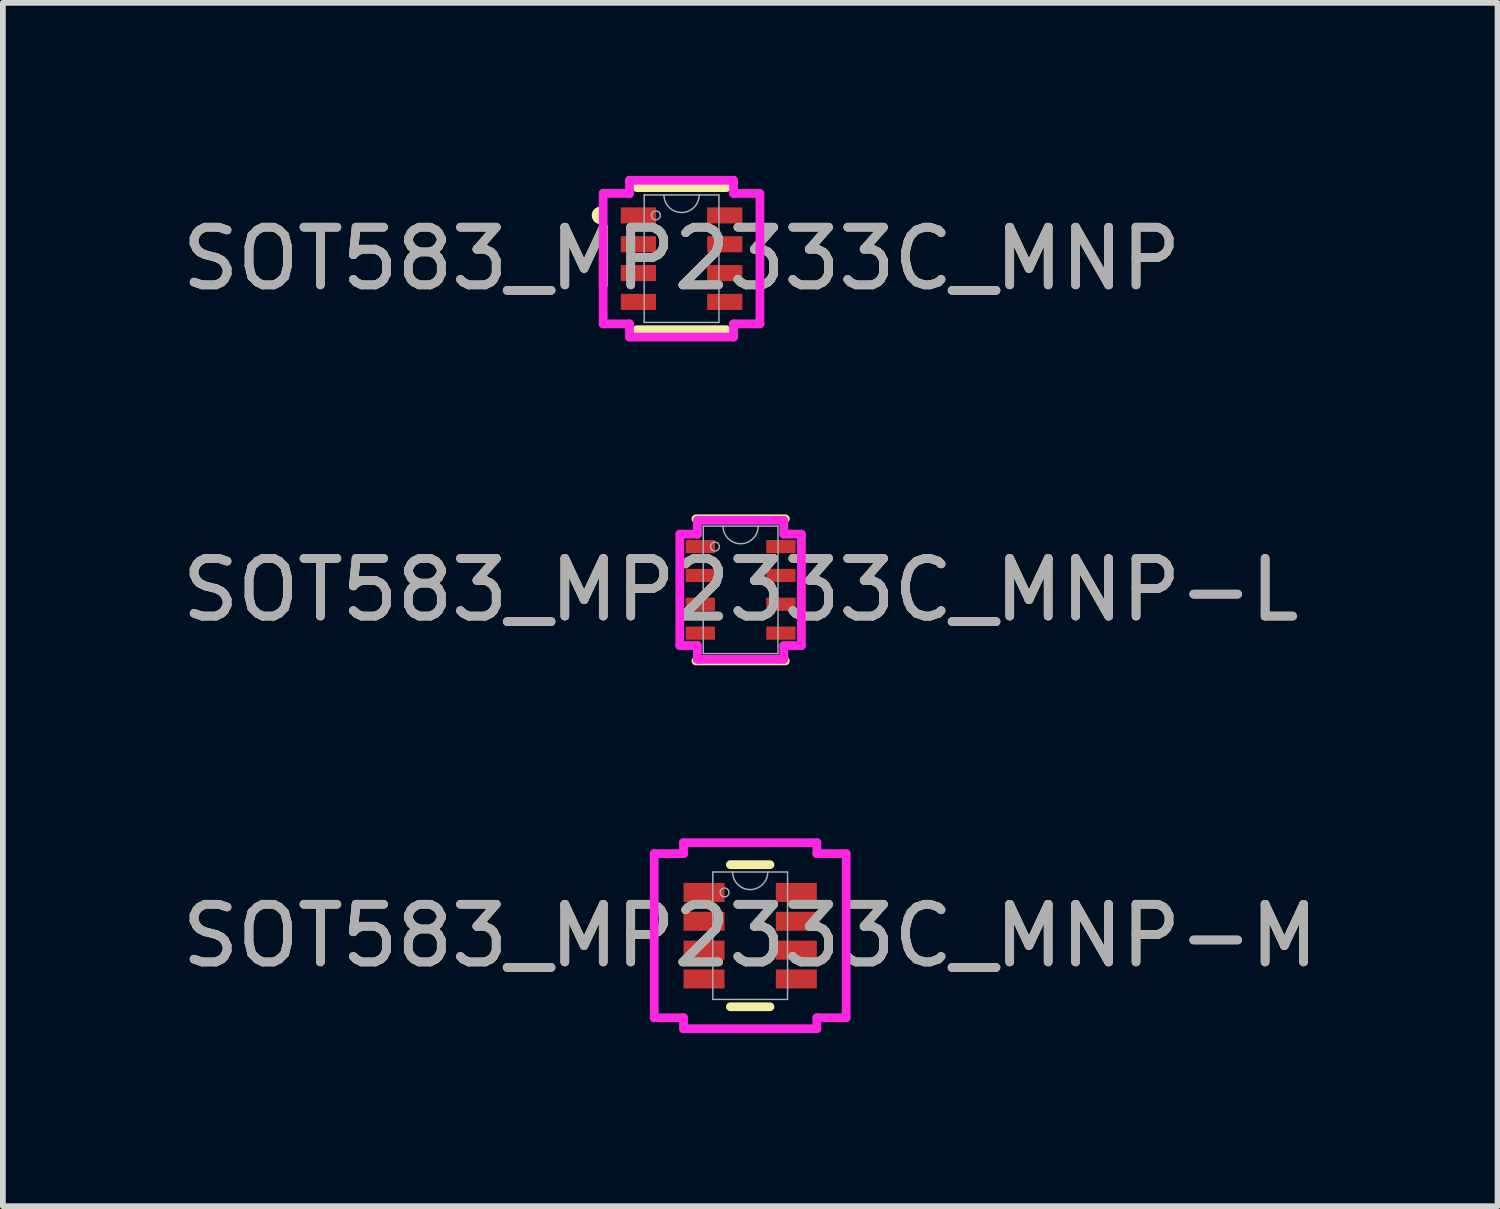
<source format=kicad_pcb>
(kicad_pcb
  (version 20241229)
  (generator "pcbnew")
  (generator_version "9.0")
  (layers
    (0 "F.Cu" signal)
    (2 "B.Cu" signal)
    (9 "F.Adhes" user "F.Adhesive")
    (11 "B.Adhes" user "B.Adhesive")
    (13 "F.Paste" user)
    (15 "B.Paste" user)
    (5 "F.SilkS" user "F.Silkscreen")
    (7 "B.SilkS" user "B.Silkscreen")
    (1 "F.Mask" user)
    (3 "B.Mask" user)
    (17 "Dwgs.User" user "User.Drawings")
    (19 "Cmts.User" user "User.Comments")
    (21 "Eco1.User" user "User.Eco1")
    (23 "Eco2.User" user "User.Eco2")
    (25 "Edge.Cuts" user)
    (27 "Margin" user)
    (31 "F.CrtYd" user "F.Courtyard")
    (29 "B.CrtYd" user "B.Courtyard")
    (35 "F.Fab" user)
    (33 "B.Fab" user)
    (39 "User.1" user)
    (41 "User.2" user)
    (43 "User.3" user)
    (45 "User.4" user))
  (footprint "SOT583_MP2333C_MNP-L"
    (layer "F.Cu")
    (at 9.792 7.178)
    (property "Reference" "SOT583_MP2333C_MNP-L" (at 0 0 0) (unlocked yes) (layer "F.SilkS") (effects (font (size 1 1) (thickness 0.15))))
    (attr smd)
    (fp_line (start -0.775 1.232) (end 0.775 1.232) (stroke (width 0.152) (type solid)) (layer "F.SilkS"))
    (fp_line (start 0.775 -1.232) (end -0.775 -1.232) (stroke (width 0.152) (type solid)) (layer "F.SilkS"))
    (fp_line (start -1.054 -0.966) (end -0.749 -0.966) (stroke (width 0.152) (type solid)) (layer "F.CrtYd"))
    (fp_line (start -1.054 0.966) (end -1.054 -0.966) (stroke (width 0.152) (type solid)) (layer "F.CrtYd"))
    (fp_line (start -0.749 -1.206) (end 0.749 -1.206) (stroke (width 0.152) (type solid)) (layer "F.CrtYd"))
    (fp_line (start -0.749 -0.966) (end -0.749 -1.206) (stroke (width 0.152) (type solid)) (layer "F.CrtYd"))
    (fp_line (start -0.749 0.966) (end -1.054 0.966) (stroke (width 0.152) (type solid)) (layer "F.CrtYd"))
    (fp_line (start -0.749 1.206) (end -0.749 0.966) (stroke (width 0.152) (type solid)) (layer "F.CrtYd"))
    (fp_line (start 0.749 -1.206) (end 0.749 -0.966) (stroke (width 0.152) (type solid)) (layer "F.CrtYd"))
    (fp_line (start 0.749 -0.966) (end 1.054 -0.966) (stroke (width 0.152) (type solid)) (layer "F.CrtYd"))
    (fp_line (start 0.749 0.966) (end 0.749 1.206) (stroke (width 0.152) (type solid)) (layer "F.CrtYd"))
    (fp_line (start 0.749 1.206) (end -0.749 1.206) (stroke (width 0.152) (type solid)) (layer "F.CrtYd"))
    (fp_line (start 1.054 -0.966) (end 1.054 0.966) (stroke (width 0.152) (type solid)) (layer "F.CrtYd"))
    (fp_line (start 1.054 0.966) (end 0.749 0.966) (stroke (width 0.152) (type solid)) (layer "F.CrtYd"))
    (fp_line (start -0.648 -1.105) (end -0.648 1.105) (stroke (width 0.025) (type solid)) (layer "F.Fab"))
    (fp_line (start -0.648 1.105) (end 0.648 1.105) (stroke (width 0.025) (type solid)) (layer "F.Fab"))
    (fp_line (start 0.648 -1.105) (end -0.648 -1.105) (stroke (width 0.025) (type solid)) (layer "F.Fab"))
    (fp_line (start 0.648 1.105) (end 0.648 -1.105) (stroke (width 0.025) (type solid)) (layer "F.Fab"))
    (fp_arc (start 0.3048 -1.1049) (mid 0 -0.8001) (end -0.3048 -1.1049) (stroke (width 0.0254) (type solid)) (layer "F.Fab"))
    (fp_circle (center -0.445 -0.75) (end -0.368 -0.75) (stroke (width 0.025) (type solid)) (fill no) (layer "F.Fab"))
    (fp_text user "${REFERENCE}" (at 0 0 0) (unlocked yes) (layer "F.Fab") (effects (font (size 1 1) (thickness 0.15))))
    (pad "1" smd rect (at -0.699 -0.75) (size 0.508 0.229) (layers "F.Cu" "F.Mask" "F.Paste"))
    (pad "2" smd rect (at -0.699 -0.25) (size 0.508 0.229) (layers "F.Cu" "F.Mask" "F.Paste"))
    (pad "3" smd rect (at -0.699 0.25) (size 0.508 0.229) (layers "F.Cu" "F.Mask" "F.Paste"))
    (pad "4" smd rect (at -0.699 0.75) (size 0.508 0.229) (layers "F.Cu" "F.Mask" "F.Paste"))
    (pad "5" smd rect (at 0.699 0.75) (size 0.508 0.229) (layers "F.Cu" "F.Mask" "F.Paste"))
    (pad "6" smd rect (at 0.699 0.25) (size 0.508 0.229) (layers "F.Cu" "F.Mask" "F.Paste"))
    (pad "7" smd rect (at 0.699 -0.25) (size 0.508 0.229) (layers "F.Cu" "F.Mask" "F.Paste"))
    (pad "8" smd rect (at 0.699 -0.75) (size 0.508 0.229) (layers "F.Cu" "F.Mask" "F.Paste")))
  (footprint "SOT583_MP2333C_MNP-M"
    (layer "F.Cu")
    (at 9.958 13.175)
    (property "Reference" "SOT583_MP2333C_MNP-M" (at 0 0 0) (unlocked yes) (layer "F.SilkS") (effects (font (size 1 1) (thickness 0.15))))
    (attr smd)
    (fp_line (start -0.343 1.232) (end 0.343 1.232) (stroke (width 0.152) (type solid)) (layer "F.SilkS"))
    (fp_line (start 0.343 -1.232) (end -0.343 -1.232) (stroke (width 0.152) (type solid)) (layer "F.SilkS"))
    (fp_line (start -1.664 -1.423) (end -1.156 -1.423) (stroke (width 0.152) (type solid)) (layer "F.CrtYd"))
    (fp_line (start -1.664 1.423) (end -1.664 -1.423) (stroke (width 0.152) (type solid)) (layer "F.CrtYd"))
    (fp_line (start -1.156 -1.613) (end 1.156 -1.613) (stroke (width 0.152) (type solid)) (layer "F.CrtYd"))
    (fp_line (start -1.156 -1.423) (end -1.156 -1.613) (stroke (width 0.152) (type solid)) (layer "F.CrtYd"))
    (fp_line (start -1.156 1.423) (end -1.664 1.423) (stroke (width 0.152) (type solid)) (layer "F.CrtYd"))
    (fp_line (start -1.156 1.613) (end -1.156 1.423) (stroke (width 0.152) (type solid)) (layer "F.CrtYd"))
    (fp_line (start 1.156 -1.613) (end 1.156 -1.423) (stroke (width 0.152) (type solid)) (layer "F.CrtYd"))
    (fp_line (start 1.156 -1.423) (end 1.664 -1.423) (stroke (width 0.152) (type solid)) (layer "F.CrtYd"))
    (fp_line (start 1.156 1.423) (end 1.156 1.613) (stroke (width 0.152) (type solid)) (layer "F.CrtYd"))
    (fp_line (start 1.156 1.613) (end -1.156 1.613) (stroke (width 0.152) (type solid)) (layer "F.CrtYd"))
    (fp_line (start 1.664 -1.423) (end 1.664 1.423) (stroke (width 0.152) (type solid)) (layer "F.CrtYd"))
    (fp_line (start 1.664 1.423) (end 1.156 1.423) (stroke (width 0.152) (type solid)) (layer "F.CrtYd"))
    (fp_line (start -0.648 -1.105) (end -0.648 1.105) (stroke (width 0.025) (type solid)) (layer "F.Fab"))
    (fp_line (start -0.648 1.105) (end 0.648 1.105) (stroke (width 0.025) (type solid)) (layer "F.Fab"))
    (fp_line (start 0.648 -1.105) (end -0.648 -1.105) (stroke (width 0.025) (type solid)) (layer "F.Fab"))
    (fp_line (start 0.648 1.105) (end 0.648 -1.105) (stroke (width 0.025) (type solid)) (layer "F.Fab"))
    (fp_arc (start 0.3048 -1.1049) (mid 0 -0.8001) (end -0.3048 -1.1049) (stroke (width 0.0254) (type solid)) (layer "F.Fab"))
    (fp_circle (center -0.445 -0.75) (end -0.368 -0.75) (stroke (width 0.025) (type solid)) (fill no) (layer "F.Fab"))
    (fp_text user "${REFERENCE}" (at 0 0 0) (unlocked yes) (layer "F.Fab") (effects (font (size 1 1) (thickness 0.15))))
    (pad "1" smd rect (at -0.8 -0.75) (size 0.711 0.33) (layers "F.Cu" "F.Mask" "F.Paste"))
    (pad "2" smd rect (at -0.8 -0.25) (size 0.711 0.33) (layers "F.Cu" "F.Mask" "F.Paste"))
    (pad "3" smd rect (at -0.8 0.25) (size 0.711 0.33) (layers "F.Cu" "F.Mask" "F.Paste"))
    (pad "4" smd rect (at -0.8 0.75) (size 0.711 0.33) (layers "F.Cu" "F.Mask" "F.Paste"))
    (pad "5" smd rect (at 0.8 0.75) (size 0.711 0.33) (layers "F.Cu" "F.Mask" "F.Paste"))
    (pad "6" smd rect (at 0.8 0.25) (size 0.711 0.33) (layers "F.Cu" "F.Mask" "F.Paste"))
    (pad "7" smd rect (at 0.8 -0.25) (size 0.711 0.33) (layers "F.Cu" "F.Mask" "F.Paste"))
    (pad "8" smd rect (at 0.8 -0.75) (size 0.711 0.33) (layers "F.Cu" "F.Mask" "F.Paste")))
  (footprint "SOT583_MP2333C_MNP"
    (layer "F.Cu")
    (at 8.768 1.435)
    (property "Reference" "SOT583_MP2333C_MNP" (at 0 0 0) (unlocked yes) (layer "F.SilkS") (effects (font (size 1 1) (thickness 0.15))))
    (attr smd)
    (fp_line (start -0.775 1.232) (end 0.775 1.232) (stroke (width 0.152) (type solid)) (layer "F.SilkS"))
    (fp_line (start 0.775 -1.232) (end -0.775 -1.232) (stroke (width 0.152) (type solid)) (layer "F.SilkS"))
    (fp_arc (start -1.38684 -0.676171) (mid -1.4819 -0.75) (end -1.38684 -0.823829) (stroke (width 0.1524) (type solid)) (layer "F.SilkS"))
    (fp_line (start -1.359 -1.131) (end -0.902 -1.131) (stroke (width 0.152) (type solid)) (layer "F.CrtYd"))
    (fp_line (start -1.359 1.131) (end -1.359 -1.131) (stroke (width 0.152) (type solid)) (layer "F.CrtYd"))
    (fp_line (start -0.902 -1.359) (end 0.902 -1.359) (stroke (width 0.152) (type solid)) (layer "F.CrtYd"))
    (fp_line (start -0.902 -1.131) (end -0.902 -1.359) (stroke (width 0.152) (type solid)) (layer "F.CrtYd"))
    (fp_line (start -0.902 1.131) (end -1.359 1.131) (stroke (width 0.152) (type solid)) (layer "F.CrtYd"))
    (fp_line (start -0.902 1.359) (end -0.902 1.131) (stroke (width 0.152) (type solid)) (layer "F.CrtYd"))
    (fp_line (start 0.902 -1.359) (end 0.902 -1.131) (stroke (width 0.152) (type solid)) (layer "F.CrtYd"))
    (fp_line (start 0.902 -1.131) (end 1.359 -1.131) (stroke (width 0.152) (type solid)) (layer "F.CrtYd"))
    (fp_line (start 0.902 1.131) (end 0.902 1.359) (stroke (width 0.152) (type solid)) (layer "F.CrtYd"))
    (fp_line (start 0.902 1.359) (end -0.902 1.359) (stroke (width 0.152) (type solid)) (layer "F.CrtYd"))
    (fp_line (start 1.359 -1.131) (end 1.359 1.131) (stroke (width 0.152) (type solid)) (layer "F.CrtYd"))
    (fp_line (start 1.359 1.131) (end 0.902 1.131) (stroke (width 0.152) (type solid)) (layer "F.CrtYd"))
    (fp_line (start -0.648 -1.105) (end -0.648 1.105) (stroke (width 0.025) (type solid)) (layer "F.Fab"))
    (fp_line (start -0.648 1.105) (end 0.648 1.105) (stroke (width 0.025) (type solid)) (layer "F.Fab"))
    (fp_line (start 0.648 -1.105) (end -0.648 -1.105) (stroke (width 0.025) (type solid)) (layer "F.Fab"))
    (fp_line (start 0.648 1.105) (end 0.648 -1.105) (stroke (width 0.025) (type solid)) (layer "F.Fab"))
    (fp_arc (start 0.3048 -1.1049) (mid 0 -0.8001) (end -0.3048 -1.1049) (stroke (width 0.0254) (type solid)) (layer "F.Fab"))
    (fp_circle (center -0.445 -0.75) (end -0.368 -0.75) (stroke (width 0.025) (type solid)) (fill no) (layer "F.Fab"))
    (fp_text user "${REFERENCE}" (at 0 0 0) (unlocked yes) (layer "F.Fab") (effects (font (size 1 1) (thickness 0.15))))
    (pad "1" smd rect (at -0.749 -0.75) (size 0.61 0.279) (layers "F.Cu" "F.Mask" "F.Paste"))
    (pad "2" smd rect (at -0.749 -0.25) (size 0.61 0.279) (layers "F.Cu" "F.Mask" "F.Paste"))
    (pad "3" smd rect (at -0.749 0.25) (size 0.61 0.279) (layers "F.Cu" "F.Mask" "F.Paste"))
    (pad "4" smd rect (at -0.749 0.75) (size 0.61 0.279) (layers "F.Cu" "F.Mask" "F.Paste"))
    (pad "5" smd rect (at 0.749 0.75) (size 0.61 0.279) (layers "F.Cu" "F.Mask" "F.Paste"))
    (pad "6" smd rect (at 0.749 0.25) (size 0.61 0.279) (layers "F.Cu" "F.Mask" "F.Paste"))
    (pad "7" smd rect (at 0.749 -0.25) (size 0.61 0.279) (layers "F.Cu" "F.Mask" "F.Paste"))
    (pad "8" smd rect (at 0.749 -0.75) (size 0.61 0.279) (layers "F.Cu" "F.Mask" "F.Paste")))
  (gr_rect
    (start -3 -3)
    (end 22.917 17.865)
    (stroke (width 0.1) (type default))
    (fill no)
    (layer "Edge.Cuts")))
</source>
